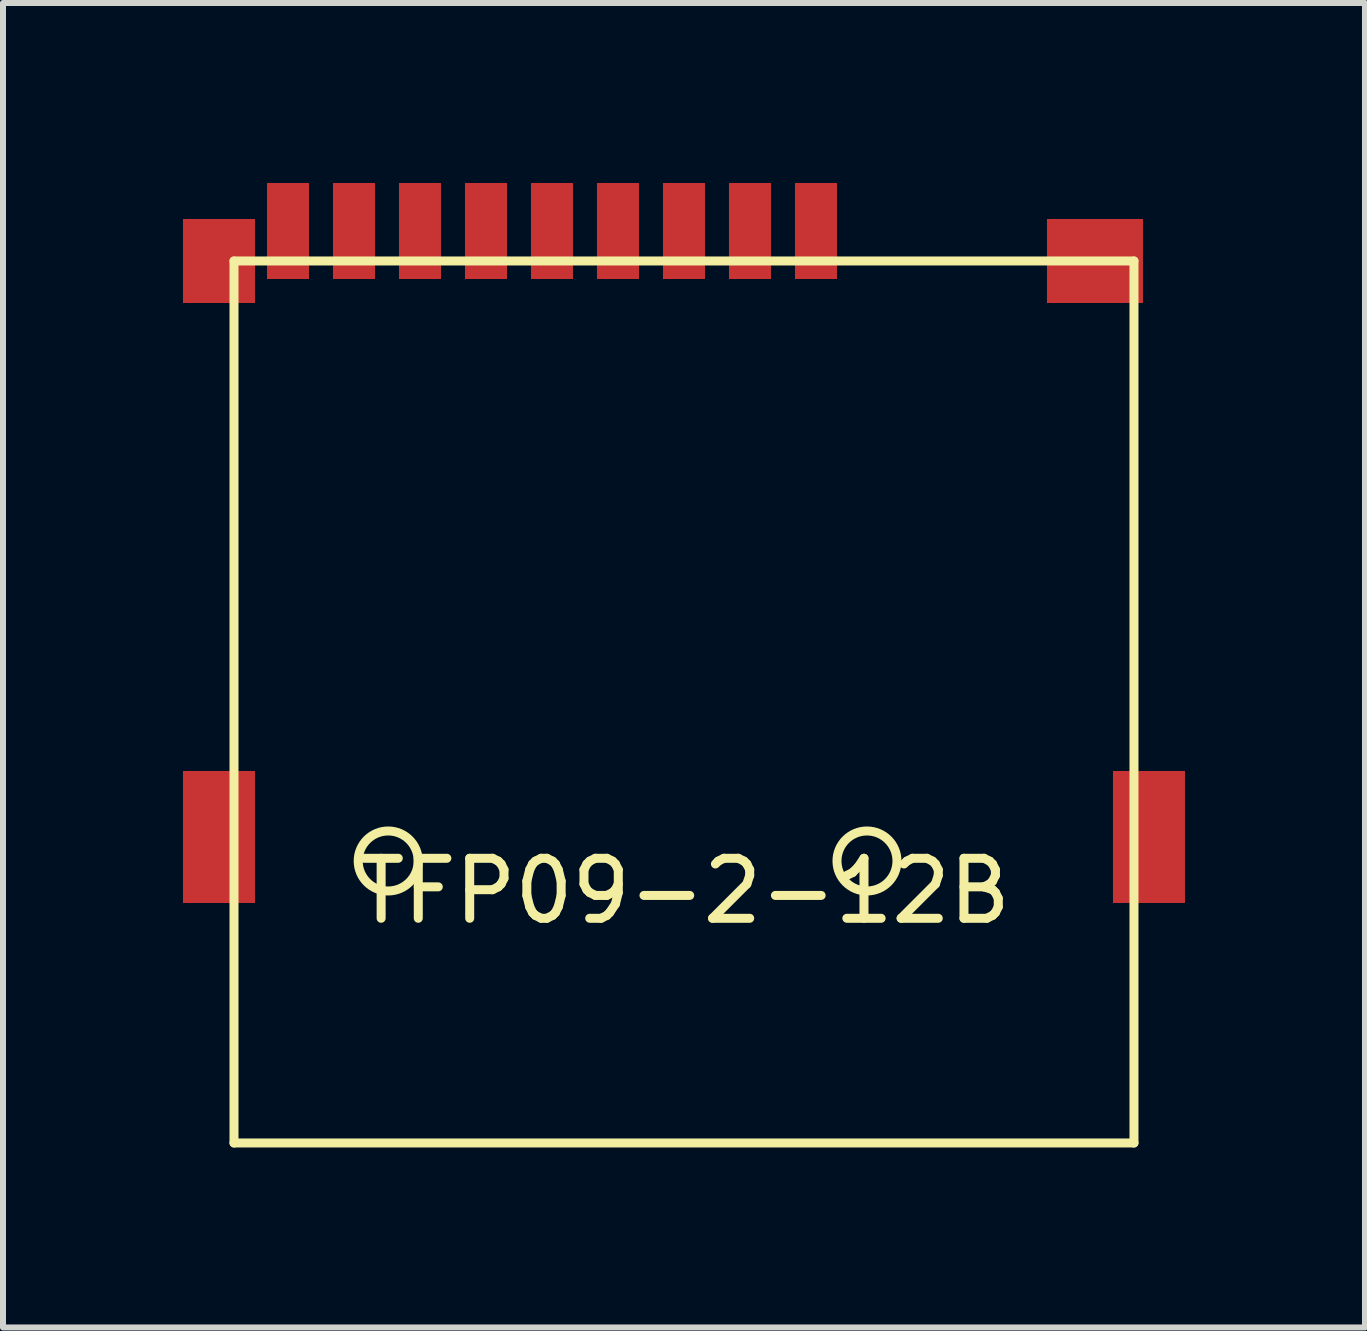
<source format=kicad_pcb>
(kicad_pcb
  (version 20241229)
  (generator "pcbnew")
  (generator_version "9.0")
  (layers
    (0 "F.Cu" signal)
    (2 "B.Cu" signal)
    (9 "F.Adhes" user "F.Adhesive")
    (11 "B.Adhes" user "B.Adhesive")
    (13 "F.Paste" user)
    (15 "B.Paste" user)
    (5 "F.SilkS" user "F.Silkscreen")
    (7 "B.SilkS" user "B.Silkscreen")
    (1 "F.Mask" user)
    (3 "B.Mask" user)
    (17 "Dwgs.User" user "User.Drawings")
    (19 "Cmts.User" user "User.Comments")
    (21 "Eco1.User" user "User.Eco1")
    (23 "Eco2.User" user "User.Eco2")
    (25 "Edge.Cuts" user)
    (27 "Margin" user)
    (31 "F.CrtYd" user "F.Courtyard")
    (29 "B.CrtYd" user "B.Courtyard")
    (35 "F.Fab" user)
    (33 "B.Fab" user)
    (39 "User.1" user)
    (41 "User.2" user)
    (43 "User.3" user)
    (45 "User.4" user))
  (footprint "TFP09-2-12B"
    (layer "F.Cu")
    (at 8.35 11.3)
    (property "Reference" "TFP09-2-12B" (at 0 0.5 0) (layer "F.SilkS") (effects (font (size 1 1) (thickness 0.15))))
    (attr through_hole)
    (fp_line (start -7.5 -10) (end 7.5 -10) (stroke (width 0.15) (type solid)) (layer "F.SilkS"))
    (fp_line (start -7.5 4.7) (end -7.5 -10) (stroke (width 0.15) (type solid)) (layer "F.SilkS"))
    (fp_line (start 7.5 -10) (end 7.5 4.7) (stroke (width 0.15) (type solid)) (layer "F.SilkS"))
    (fp_line (start 7.5 4.7) (end -7.5 4.7) (stroke (width 0.15) (type solid)) (layer "F.SilkS"))
    (fp_circle (center -4.93 0) (end -4.43 0) (stroke (width 0.15) (type solid)) (fill no) (layer "F.SilkS"))
    (fp_circle (center 3.05 0) (end 3.55 0) (stroke (width 0.15) (type solid)) (fill no) (layer "F.SilkS"))
    (pad "1" smd rect (at 2.2 -10.5) (size 0.7 1.6) (layers "F.Cu" "F.Mask" "F.Paste"))
    (pad "2" smd rect (at 1.1 -10.5) (size 0.7 1.6) (layers "F.Cu" "F.Mask" "F.Paste"))
    (pad "3" smd rect (at 0 -10.5) (size 0.7 1.6) (layers "F.Cu" "F.Mask" "F.Paste"))
    (pad "4" smd rect (at -1.1 -10.5) (size 0.7 1.6) (layers "F.Cu" "F.Mask" "F.Paste"))
    (pad "5" smd rect (at -2.2 -10.5) (size 0.7 1.6) (layers "F.Cu" "F.Mask" "F.Paste"))
    (pad "6" smd rect (at -3.3 -10.5) (size 0.7 1.6) (layers "F.Cu" "F.Mask" "F.Paste"))
    (pad "7" smd rect (at -4.4 -10.5) (size 0.7 1.6) (layers "F.Cu" "F.Mask" "F.Paste"))
    (pad "8" smd rect (at -5.5 -10.5) (size 0.7 1.6) (layers "F.Cu" "F.Mask" "F.Paste"))
    (pad "9" smd rect (at -6.6 -10.5) (size 0.7 1.6) (layers "F.Cu" "F.Mask" "F.Paste"))
    (pad "10" smd rect (at 6.85 -10) (size 1.6 1.4) (layers "F.Cu" "F.Mask" "F.Paste"))
    (pad "11" smd rect (at 7.75 -0.4) (size 1.2 2.2) (layers "F.Cu" "F.Mask" "F.Paste"))
    (pad "12" smd rect (at -7.75 -0.4) (size 1.2 2.2) (layers "F.Cu" "F.Mask" "F.Paste"))
    (pad "13" smd rect (at -7.75 -10) (size 1.2 1.4) (layers "F.Cu" "F.Mask" "F.Paste")))
  (gr_rect
    (start -3 -3)
    (end 19.7 19.075)
    (stroke (width 0.1) (type default))
    (fill no)
    (layer "Edge.Cuts")))
</source>
